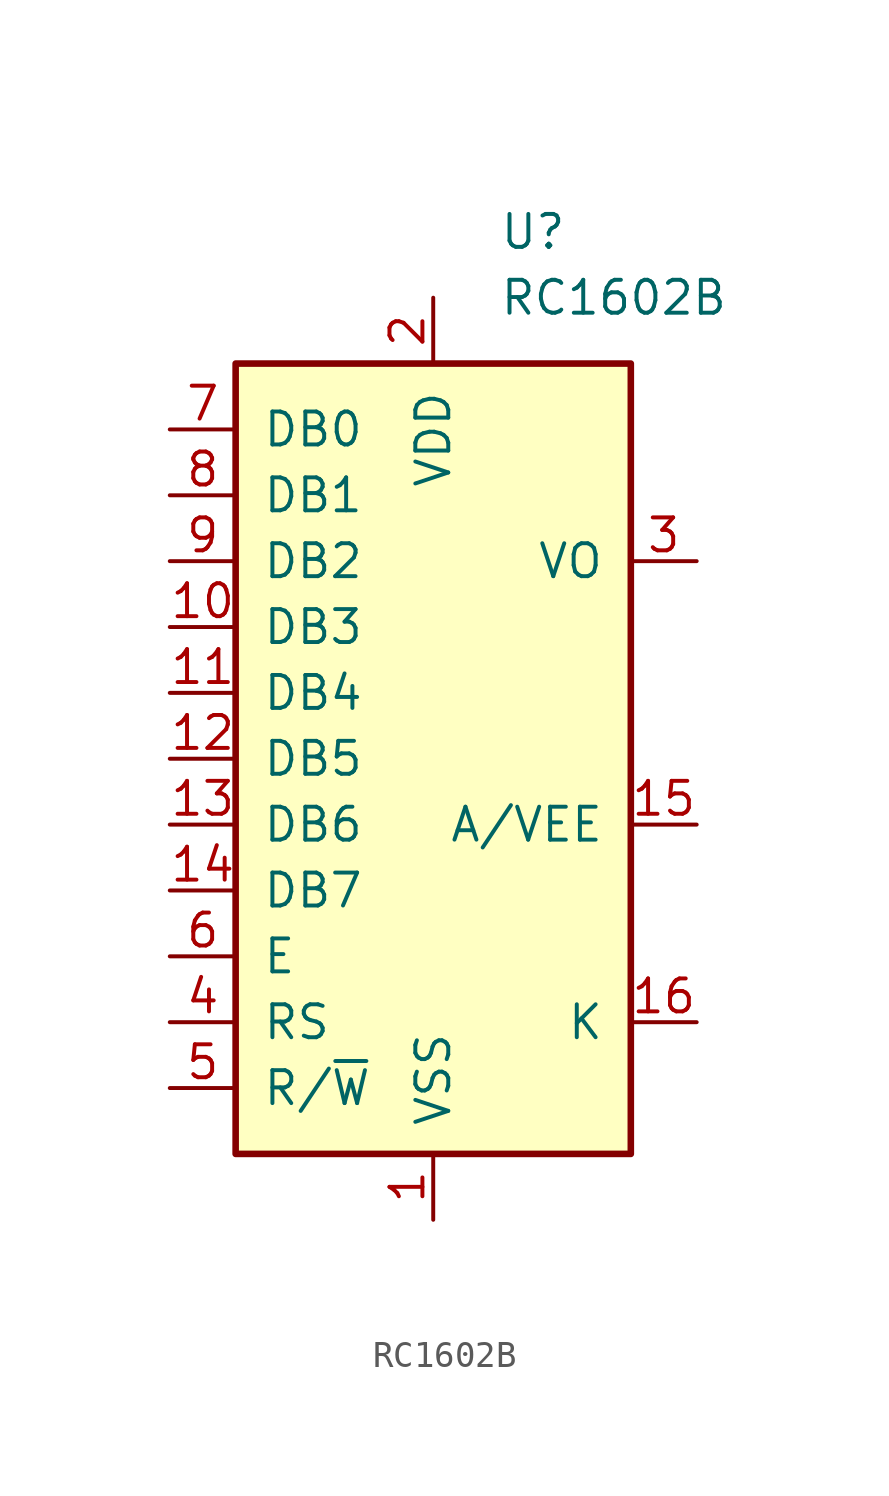
<source format=kicad_sym>
(kicad_symbol_lib
  (version 20201005)
  (generator kicad_symbol_editor)
  (symbol "KLIB_Display:RC1602B"
    (pin_names
      (offset 1.016))
    (property "Reference" "U"
      (at 2.54 20.32 0)
      (effects (font (size 1.27 1.27)) (justify left)))
    (property "Value" "RC1602B"
      (at 2.54 17.78 0)
      (effects (font (size 1.27 1.27)) (justify left)))
    (symbol "RC1602B_0_1"
      (rectangle (start -7.62 15.24) (end 7.62 -15.24) (stroke (width 0.254)) (fill (type background))))
    (symbol "RC1602B_1_1"
      (pin power_in line (at 0 -17.78 90) (length 2.54) (name "VSS" (effects (font (size 1.27 1.27)))) (number "1" (effects (font (size 1.27 1.27)))))
      (pin bidirectional line (at -10.16 5.08 0) (length 2.54) (name "DB3" (effects (font (size 1.27 1.27)))) (number "10" (effects (font (size 1.27 1.27)))))
      (pin bidirectional line (at -10.16 2.54 0) (length 2.54) (name "DB4" (effects (font (size 1.27 1.27)))) (number "11" (effects (font (size 1.27 1.27)))))
      (pin bidirectional line (at -10.16 0 0) (length 2.54) (name "DB5" (effects (font (size 1.27 1.27)))) (number "12" (effects (font (size 1.27 1.27)))))
      (pin bidirectional line (at -10.16 -2.54 0) (length 2.54) (name "DB6" (effects (font (size 1.27 1.27)))) (number "13" (effects (font (size 1.27 1.27)))))
      (pin bidirectional line (at -10.16 -5.08 0) (length 2.54) (name "DB7" (effects (font (size 1.27 1.27)))) (number "14" (effects (font (size 1.27 1.27)))))
      (pin power_out line (at 10.16 -2.54 180) (length 2.54) (name "A/VEE" (effects (font (size 1.27 1.27)))) (number "15" (effects (font (size 1.27 1.27)))))
      (pin power_in line (at 10.16 -10.16 180) (length 2.54) (name "K" (effects (font (size 1.27 1.27)))) (number "16" (effects (font (size 1.27 1.27)))))
      (pin power_in line (at 0 17.78 270) (length 2.54) (name "VDD" (effects (font (size 1.27 1.27)))) (number "2" (effects (font (size 1.27 1.27)))))
      (pin power_in line (at 10.16 7.62 180) (length 2.54) (name "VO" (effects (font (size 1.27 1.27)))) (number "3" (effects (font (size 1.27 1.27)))))
      (pin input line (at -10.16 -10.16 0) (length 2.54) (name "RS" (effects (font (size 1.27 1.27)))) (number "4" (effects (font (size 1.27 1.27)))))
      (pin input line (at -10.16 -12.7 0) (length 2.54) (name "R/~W" (effects (font (size 1.27 1.27)))) (number "5" (effects (font (size 1.27 1.27)))))
      (pin input line (at -10.16 -7.62 0) (length 2.54) (name "E" (effects (font (size 1.27 1.27)))) (number "6" (effects (font (size 1.27 1.27)))))
      (pin bidirectional line (at -10.16 12.7 0) (length 2.54) (name "DB0" (effects (font (size 1.27 1.27)))) (number "7" (effects (font (size 1.27 1.27)))))
      (pin bidirectional line (at -10.16 10.16 0) (length 2.54) (name "DB1" (effects (font (size 1.27 1.27)))) (number "8" (effects (font (size 1.27 1.27)))))
      (pin bidirectional line (at -10.16 7.62 0) (length 2.54) (name "DB2" (effects (font (size 1.27 1.27)))) (number "9" (effects (font (size 1.27 1.27))))))))
</source>
